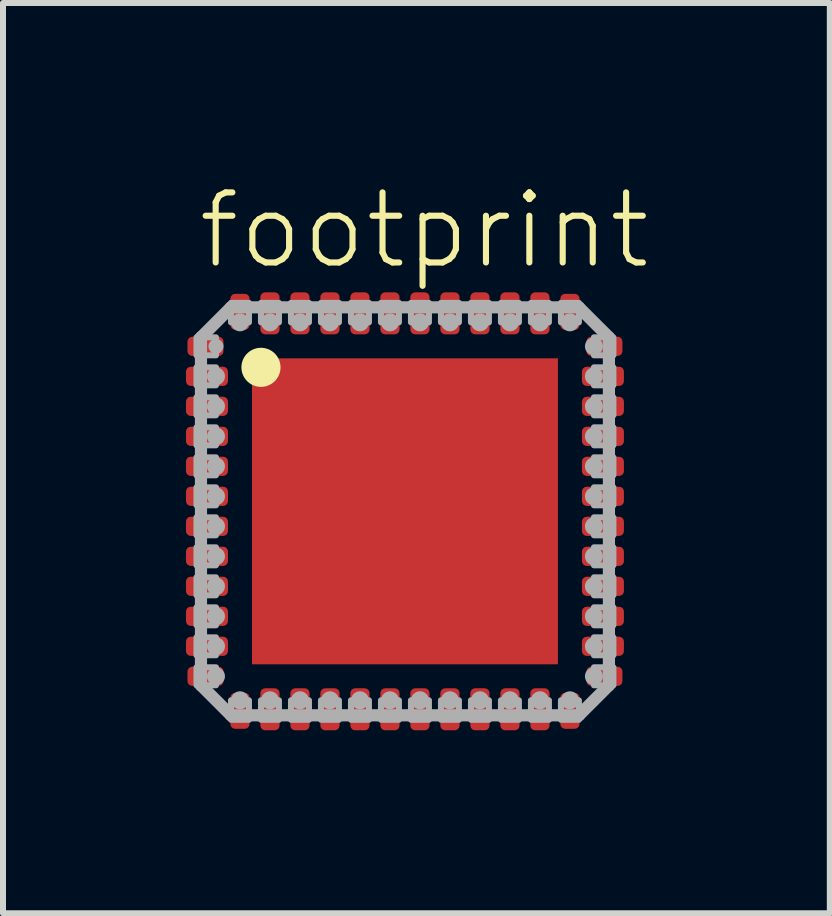
<source format=kicad_pcb>
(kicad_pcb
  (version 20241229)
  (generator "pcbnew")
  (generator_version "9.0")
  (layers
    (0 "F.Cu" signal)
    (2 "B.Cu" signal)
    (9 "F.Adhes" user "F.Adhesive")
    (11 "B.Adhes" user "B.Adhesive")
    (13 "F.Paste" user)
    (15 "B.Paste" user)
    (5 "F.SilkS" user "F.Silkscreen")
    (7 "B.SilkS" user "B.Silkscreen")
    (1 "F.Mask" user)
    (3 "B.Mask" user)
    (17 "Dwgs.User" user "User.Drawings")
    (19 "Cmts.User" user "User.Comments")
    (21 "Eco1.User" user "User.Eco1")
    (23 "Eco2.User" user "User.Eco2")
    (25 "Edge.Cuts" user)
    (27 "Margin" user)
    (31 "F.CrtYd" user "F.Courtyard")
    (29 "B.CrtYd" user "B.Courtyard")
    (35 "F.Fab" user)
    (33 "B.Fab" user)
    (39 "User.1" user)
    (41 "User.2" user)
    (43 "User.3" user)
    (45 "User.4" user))
  (footprint "footprint"
    (layer "F.Cu")
    (at 3.7 5.473)
    (property "Reference" "footprint" (at -3.5 -4 0) (layer "F.SilkS") (effects (font (size 1.168 1.168) (thickness 0.102)) (justify left bottom)))
    (fp_line (start -3.5 -2.25) (end -3.1 -2.25) (stroke (width 0.4) (type solid)) (layer "F.Mask"))
    (fp_line (start -3.5 -1.75) (end -3.1 -1.75) (stroke (width 0.4) (type solid)) (layer "F.Mask"))
    (fp_line (start -3.5 -1.25) (end -3.1 -1.25) (stroke (width 0.4) (type solid)) (layer "F.Mask"))
    (fp_line (start -3.5 -0.75) (end -3.1 -0.75) (stroke (width 0.4) (type solid)) (layer "F.Mask"))
    (fp_line (start -3.5 -0.25) (end -3.1 -0.25) (stroke (width 0.4) (type solid)) (layer "F.Mask"))
    (fp_line (start -3.5 0.25) (end -3.1 0.25) (stroke (width 0.4) (type solid)) (layer "F.Mask"))
    (fp_line (start -3.5 0.75) (end -3.1 0.75) (stroke (width 0.4) (type solid)) (layer "F.Mask"))
    (fp_line (start -3.5 1.25) (end -3.1 1.25) (stroke (width 0.4) (type solid)) (layer "F.Mask"))
    (fp_line (start -3.5 1.75) (end -3.1 1.75) (stroke (width 0.4) (type solid)) (layer "F.Mask"))
    (fp_line (start -3.5 2.25) (end -3.1 2.25) (stroke (width 0.4) (type solid)) (layer "F.Mask"))
    (fp_line (start -3.475 -2.75) (end -3.175 -2.75) (stroke (width 0.4) (type solid)) (layer "F.Mask"))
    (fp_line (start -3.475 2.75) (end -3.175 2.75) (stroke (width 0.4) (type solid)) (layer "F.Mask"))
    (fp_line (start -2.75 -3.475) (end -2.75 -3.175) (stroke (width 0.4) (type solid)) (layer "F.Mask"))
    (fp_line (start -2.75 3.475) (end -2.75 3.175) (stroke (width 0.4) (type solid)) (layer "F.Mask"))
    (fp_line (start -2.25 -3.5) (end -2.25 -3.1) (stroke (width 0.4) (type solid)) (layer "F.Mask"))
    (fp_line (start -2.25 3.5) (end -2.25 3.1) (stroke (width 0.4) (type solid)) (layer "F.Mask"))
    (fp_line (start -1.75 -3.5) (end -1.75 -3.1) (stroke (width 0.4) (type solid)) (layer "F.Mask"))
    (fp_line (start -1.75 3.5) (end -1.75 3.1) (stroke (width 0.4) (type solid)) (layer "F.Mask"))
    (fp_line (start -1.25 -3.5) (end -1.25 -3.1) (stroke (width 0.4) (type solid)) (layer "F.Mask"))
    (fp_line (start -1.25 3.5) (end -1.25 3.1) (stroke (width 0.4) (type solid)) (layer "F.Mask"))
    (fp_line (start -0.75 -3.5) (end -0.75 -3.1) (stroke (width 0.4) (type solid)) (layer "F.Mask"))
    (fp_line (start -0.75 3.5) (end -0.75 3.1) (stroke (width 0.4) (type solid)) (layer "F.Mask"))
    (fp_line (start -0.25 -3.5) (end -0.25 -3.1) (stroke (width 0.4) (type solid)) (layer "F.Mask"))
    (fp_line (start -0.25 3.5) (end -0.25 3.1) (stroke (width 0.4) (type solid)) (layer "F.Mask"))
    (fp_line (start 0.25 -3.5) (end 0.25 -3.1) (stroke (width 0.4) (type solid)) (layer "F.Mask"))
    (fp_line (start 0.25 3.5) (end 0.25 3.1) (stroke (width 0.4) (type solid)) (layer "F.Mask"))
    (fp_line (start 0.75 -3.5) (end 0.75 -3.1) (stroke (width 0.4) (type solid)) (layer "F.Mask"))
    (fp_line (start 0.75 3.5) (end 0.75 3.1) (stroke (width 0.4) (type solid)) (layer "F.Mask"))
    (fp_line (start 1.25 -3.5) (end 1.25 -3.1) (stroke (width 0.4) (type solid)) (layer "F.Mask"))
    (fp_line (start 1.25 3.5) (end 1.25 3.1) (stroke (width 0.4) (type solid)) (layer "F.Mask"))
    (fp_line (start 1.75 -3.5) (end 1.75 -3.1) (stroke (width 0.4) (type solid)) (layer "F.Mask"))
    (fp_line (start 1.75 3.5) (end 1.75 3.1) (stroke (width 0.4) (type solid)) (layer "F.Mask"))
    (fp_line (start 2.25 -3.5) (end 2.25 -3.1) (stroke (width 0.4) (type solid)) (layer "F.Mask"))
    (fp_line (start 2.25 3.5) (end 2.25 3.1) (stroke (width 0.4) (type solid)) (layer "F.Mask"))
    (fp_line (start 2.75 -3.475) (end 2.75 -3.175) (stroke (width 0.4) (type solid)) (layer "F.Mask"))
    (fp_line (start 2.75 3.475) (end 2.75 3.175) (stroke (width 0.4) (type solid)) (layer "F.Mask"))
    (fp_line (start 3.475 -2.75) (end 3.175 -2.75) (stroke (width 0.4) (type solid)) (layer "F.Mask"))
    (fp_line (start 3.475 2.75) (end 3.175 2.75) (stroke (width 0.4) (type solid)) (layer "F.Mask"))
    (fp_line (start 3.5 -2.25) (end 3.1 -2.25) (stroke (width 0.4) (type solid)) (layer "F.Mask"))
    (fp_line (start 3.5 -1.75) (end 3.1 -1.75) (stroke (width 0.4) (type solid)) (layer "F.Mask"))
    (fp_line (start 3.5 -1.25) (end 3.1 -1.25) (stroke (width 0.4) (type solid)) (layer "F.Mask"))
    (fp_line (start 3.5 -0.75) (end 3.1 -0.75) (stroke (width 0.4) (type solid)) (layer "F.Mask"))
    (fp_line (start 3.5 -0.25) (end 3.1 -0.25) (stroke (width 0.4) (type solid)) (layer "F.Mask"))
    (fp_line (start 3.5 0.25) (end 3.1 0.25) (stroke (width 0.4) (type solid)) (layer "F.Mask"))
    (fp_line (start 3.5 0.75) (end 3.1 0.75) (stroke (width 0.4) (type solid)) (layer "F.Mask"))
    (fp_line (start 3.5 1.25) (end 3.1 1.25) (stroke (width 0.4) (type solid)) (layer "F.Mask"))
    (fp_line (start 3.5 1.75) (end 3.1 1.75) (stroke (width 0.4) (type solid)) (layer "F.Mask"))
    (fp_line (start 3.5 2.25) (end 3.1 2.25) (stroke (width 0.4) (type solid)) (layer "F.Mask"))
    (fp_poly (pts (xy -2.6 2.6) (xy 2.6 2.6) (xy 2.6 -2.6) (xy -2.6 -2.6)) (stroke (width 0) (type solid)) (fill yes) (layer "F.Mask"))
    (fp_circle (center -2.4 -2.4) (end -2.237 -2.4) (stroke (width 0.326) (type solid)) (fill yes) (layer "F.SilkS"))
    (fp_line (start -3.5 -2.25) (end -3.1 -2.25) (stroke (width 0.3) (type solid)) (layer "F.Paste"))
    (fp_line (start -3.5 -1.75) (end -3.1 -1.75) (stroke (width 0.3) (type solid)) (layer "F.Paste"))
    (fp_line (start -3.5 -1.25) (end -3.1 -1.25) (stroke (width 0.3) (type solid)) (layer "F.Paste"))
    (fp_line (start -3.5 -0.75) (end -3.1 -0.75) (stroke (width 0.3) (type solid)) (layer "F.Paste"))
    (fp_line (start -3.5 -0.25) (end -3.1 -0.25) (stroke (width 0.3) (type solid)) (layer "F.Paste"))
    (fp_line (start -3.5 0.25) (end -3.1 0.25) (stroke (width 0.3) (type solid)) (layer "F.Paste"))
    (fp_line (start -3.5 0.75) (end -3.1 0.75) (stroke (width 0.3) (type solid)) (layer "F.Paste"))
    (fp_line (start -3.5 1.25) (end -3.1 1.25) (stroke (width 0.3) (type solid)) (layer "F.Paste"))
    (fp_line (start -3.5 1.75) (end -3.1 1.75) (stroke (width 0.3) (type solid)) (layer "F.Paste"))
    (fp_line (start -3.5 2.25) (end -3.1 2.25) (stroke (width 0.3) (type solid)) (layer "F.Paste"))
    (fp_line (start -3.475 -2.75) (end -3.175 -2.75) (stroke (width 0.3) (type solid)) (layer "F.Paste"))
    (fp_line (start -3.475 2.75) (end -3.175 2.75) (stroke (width 0.3) (type solid)) (layer "F.Paste"))
    (fp_line (start -2.75 -3.475) (end -2.75 -3.175) (stroke (width 0.3) (type solid)) (layer "F.Paste"))
    (fp_line (start -2.75 3.475) (end -2.75 3.175) (stroke (width 0.3) (type solid)) (layer "F.Paste"))
    (fp_line (start -2.25 -3.5) (end -2.25 -3.1) (stroke (width 0.3) (type solid)) (layer "F.Paste"))
    (fp_line (start -2.25 3.5) (end -2.25 3.1) (stroke (width 0.3) (type solid)) (layer "F.Paste"))
    (fp_line (start -1.75 -3.5) (end -1.75 -3.1) (stroke (width 0.3) (type solid)) (layer "F.Paste"))
    (fp_line (start -1.75 3.5) (end -1.75 3.1) (stroke (width 0.3) (type solid)) (layer "F.Paste"))
    (fp_line (start -1.25 -3.5) (end -1.25 -3.1) (stroke (width 0.3) (type solid)) (layer "F.Paste"))
    (fp_line (start -1.25 3.5) (end -1.25 3.1) (stroke (width 0.3) (type solid)) (layer "F.Paste"))
    (fp_line (start -0.75 -3.5) (end -0.75 -3.1) (stroke (width 0.3) (type solid)) (layer "F.Paste"))
    (fp_line (start -0.75 3.5) (end -0.75 3.1) (stroke (width 0.3) (type solid)) (layer "F.Paste"))
    (fp_line (start -0.25 -3.5) (end -0.25 -3.1) (stroke (width 0.3) (type solid)) (layer "F.Paste"))
    (fp_line (start -0.25 3.5) (end -0.25 3.1) (stroke (width 0.3) (type solid)) (layer "F.Paste"))
    (fp_line (start 0.25 -3.5) (end 0.25 -3.1) (stroke (width 0.3) (type solid)) (layer "F.Paste"))
    (fp_line (start 0.25 3.5) (end 0.25 3.1) (stroke (width 0.3) (type solid)) (layer "F.Paste"))
    (fp_line (start 0.75 -3.5) (end 0.75 -3.1) (stroke (width 0.3) (type solid)) (layer "F.Paste"))
    (fp_line (start 0.75 3.5) (end 0.75 3.1) (stroke (width 0.3) (type solid)) (layer "F.Paste"))
    (fp_line (start 1.25 -3.5) (end 1.25 -3.1) (stroke (width 0.3) (type solid)) (layer "F.Paste"))
    (fp_line (start 1.25 3.5) (end 1.25 3.1) (stroke (width 0.3) (type solid)) (layer "F.Paste"))
    (fp_line (start 1.75 -3.5) (end 1.75 -3.1) (stroke (width 0.3) (type solid)) (layer "F.Paste"))
    (fp_line (start 1.75 3.5) (end 1.75 3.1) (stroke (width 0.3) (type solid)) (layer "F.Paste"))
    (fp_line (start 2.25 -3.5) (end 2.25 -3.1) (stroke (width 0.3) (type solid)) (layer "F.Paste"))
    (fp_line (start 2.25 3.5) (end 2.25 3.1) (stroke (width 0.3) (type solid)) (layer "F.Paste"))
    (fp_line (start 2.75 -3.475) (end 2.75 -3.175) (stroke (width 0.3) (type solid)) (layer "F.Paste"))
    (fp_line (start 2.75 3.475) (end 2.75 3.175) (stroke (width 0.3) (type solid)) (layer "F.Paste"))
    (fp_line (start 3.475 -2.75) (end 3.175 -2.75) (stroke (width 0.3) (type solid)) (layer "F.Paste"))
    (fp_line (start 3.475 2.75) (end 3.175 2.75) (stroke (width 0.3) (type solid)) (layer "F.Paste"))
    (fp_line (start 3.5 -2.25) (end 3.1 -2.25) (stroke (width 0.3) (type solid)) (layer "F.Paste"))
    (fp_line (start 3.5 -1.75) (end 3.1 -1.75) (stroke (width 0.3) (type solid)) (layer "F.Paste"))
    (fp_line (start 3.5 -1.25) (end 3.1 -1.25) (stroke (width 0.3) (type solid)) (layer "F.Paste"))
    (fp_line (start 3.5 -0.75) (end 3.1 -0.75) (stroke (width 0.3) (type solid)) (layer "F.Paste"))
    (fp_line (start 3.5 -0.25) (end 3.1 -0.25) (stroke (width 0.3) (type solid)) (layer "F.Paste"))
    (fp_line (start 3.5 0.25) (end 3.1 0.25) (stroke (width 0.3) (type solid)) (layer "F.Paste"))
    (fp_line (start 3.5 0.75) (end 3.1 0.75) (stroke (width 0.3) (type solid)) (layer "F.Paste"))
    (fp_line (start 3.5 1.25) (end 3.1 1.25) (stroke (width 0.3) (type solid)) (layer "F.Paste"))
    (fp_line (start 3.5 1.75) (end 3.1 1.75) (stroke (width 0.3) (type solid)) (layer "F.Paste"))
    (fp_line (start 3.5 2.25) (end 3.1 2.25) (stroke (width 0.3) (type solid)) (layer "F.Paste"))
    (fp_poly (pts (xy -2.5 2.5) (xy 2.5 2.5) (xy 2.5 -2.5) (xy -2.5 -2.5)) (stroke (width 0) (type solid)) (fill yes) (layer "F.Paste"))
    (fp_line (start -3.4 -2.9) (end -2.9 -3.4) (stroke (width 0.203) (type solid)) (layer "F.Fab"))
    (fp_line (start -3.4 2.9) (end -3.4 -2.9) (stroke (width 0.203) (type solid)) (layer "F.Fab"))
    (fp_line (start -2.9 -3.4) (end 2.9 -3.4) (stroke (width 0.203) (type solid)) (layer "F.Fab"))
    (fp_line (start -2.9 3.4) (end -3.4 2.9) (stroke (width 0.203) (type solid)) (layer "F.Fab"))
    (fp_line (start 2.9 -3.4) (end 3.4 -2.9) (stroke (width 0.203) (type solid)) (layer "F.Fab"))
    (fp_line (start 2.9 3.4) (end -2.9 3.4) (stroke (width 0.203) (type solid)) (layer "F.Fab"))
    (fp_line (start 3.4 -2.9) (end 3.4 2.9) (stroke (width 0.203) (type solid)) (layer "F.Fab"))
    (fp_line (start 3.4 2.9) (end 2.9 3.4) (stroke (width 0.203) (type solid)) (layer "F.Fab"))
    (fp_circle (center -3.15 -2.75) (end -3.087 -2.75) (stroke (width 0.125) (type solid)) (fill no) (layer "F.Fab"))
    (fp_circle (center -3.15 -2.25) (end -3.075 -2.25) (stroke (width 0.15) (type solid)) (fill no) (layer "F.Fab"))
    (fp_circle (center -3.15 -1.75) (end -3.075 -1.75) (stroke (width 0.15) (type solid)) (fill no) (layer "F.Fab"))
    (fp_circle (center -3.15 -1.25) (end -3.075 -1.25) (stroke (width 0.15) (type solid)) (fill no) (layer "F.Fab"))
    (fp_circle (center -3.15 -0.75) (end -3.075 -0.75) (stroke (width 0.15) (type solid)) (fill no) (layer "F.Fab"))
    (fp_circle (center -3.15 -0.25) (end -3.075 -0.25) (stroke (width 0.15) (type solid)) (fill no) (layer "F.Fab"))
    (fp_circle (center -3.15 0.25) (end -3.075 0.25) (stroke (width 0.15) (type solid)) (fill no) (layer "F.Fab"))
    (fp_circle (center -3.15 0.75) (end -3.075 0.75) (stroke (width 0.15) (type solid)) (fill no) (layer "F.Fab"))
    (fp_circle (center -3.15 1.25) (end -3.075 1.25) (stroke (width 0.15) (type solid)) (fill no) (layer "F.Fab"))
    (fp_circle (center -3.15 1.75) (end -3.075 1.75) (stroke (width 0.15) (type solid)) (fill no) (layer "F.Fab"))
    (fp_circle (center -3.15 2.25) (end -3.075 2.25) (stroke (width 0.15) (type solid)) (fill no) (layer "F.Fab"))
    (fp_circle (center -3.15 2.75) (end -3.075 2.75) (stroke (width 0.15) (type solid)) (fill no) (layer "F.Fab"))
    (fp_circle (center -2.75 -3.15) (end -2.675 -3.15) (stroke (width 0.15) (type solid)) (fill no) (layer "F.Fab"))
    (fp_circle (center -2.75 3.15) (end -2.675 3.15) (stroke (width 0.15) (type solid)) (fill no) (layer "F.Fab"))
    (fp_circle (center -2.25 -3.15) (end -2.175 -3.15) (stroke (width 0.15) (type solid)) (fill no) (layer "F.Fab"))
    (fp_circle (center -2.25 3.15) (end -2.175 3.15) (stroke (width 0.15) (type solid)) (fill no) (layer "F.Fab"))
    (fp_circle (center -1.75 -3.15) (end -1.675 -3.15) (stroke (width 0.15) (type solid)) (fill no) (layer "F.Fab"))
    (fp_circle (center -1.75 3.15) (end -1.675 3.15) (stroke (width 0.15) (type solid)) (fill no) (layer "F.Fab"))
    (fp_circle (center -1.25 -3.15) (end -1.175 -3.15) (stroke (width 0.15) (type solid)) (fill no) (layer "F.Fab"))
    (fp_circle (center -1.25 3.15) (end -1.175 3.15) (stroke (width 0.15) (type solid)) (fill no) (layer "F.Fab"))
    (fp_circle (center -0.75 -3.15) (end -0.675 -3.15) (stroke (width 0.15) (type solid)) (fill no) (layer "F.Fab"))
    (fp_circle (center -0.75 3.15) (end -0.675 3.15) (stroke (width 0.15) (type solid)) (fill no) (layer "F.Fab"))
    (fp_circle (center -0.25 -3.15) (end -0.175 -3.15) (stroke (width 0.15) (type solid)) (fill no) (layer "F.Fab"))
    (fp_circle (center -0.25 3.15) (end -0.175 3.15) (stroke (width 0.15) (type solid)) (fill no) (layer "F.Fab"))
    (fp_circle (center 0.25 -3.15) (end 0.325 -3.15) (stroke (width 0.15) (type solid)) (fill no) (layer "F.Fab"))
    (fp_circle (center 0.25 3.15) (end 0.325 3.15) (stroke (width 0.15) (type solid)) (fill no) (layer "F.Fab"))
    (fp_circle (center 0.75 -3.15) (end 0.825 -3.15) (stroke (width 0.15) (type solid)) (fill no) (layer "F.Fab"))
    (fp_circle (center 0.75 3.15) (end 0.825 3.15) (stroke (width 0.15) (type solid)) (fill no) (layer "F.Fab"))
    (fp_circle (center 1.25 -3.15) (end 1.325 -3.15) (stroke (width 0.15) (type solid)) (fill no) (layer "F.Fab"))
    (fp_circle (center 1.25 3.15) (end 1.325 3.15) (stroke (width 0.15) (type solid)) (fill no) (layer "F.Fab"))
    (fp_circle (center 1.75 -3.15) (end 1.825 -3.15) (stroke (width 0.15) (type solid)) (fill no) (layer "F.Fab"))
    (fp_circle (center 1.75 3.15) (end 1.825 3.15) (stroke (width 0.15) (type solid)) (fill no) (layer "F.Fab"))
    (fp_circle (center 2.25 -3.15) (end 2.325 -3.15) (stroke (width 0.15) (type solid)) (fill no) (layer "F.Fab"))
    (fp_circle (center 2.25 3.15) (end 2.325 3.15) (stroke (width 0.15) (type solid)) (fill no) (layer "F.Fab"))
    (fp_circle (center 2.75 -3.15) (end 2.825 -3.15) (stroke (width 0.15) (type solid)) (fill no) (layer "F.Fab"))
    (fp_circle (center 2.75 3.15) (end 2.825 3.15) (stroke (width 0.15) (type solid)) (fill no) (layer "F.Fab"))
    (fp_circle (center 3.15 -2.75) (end 3.225 -2.75) (stroke (width 0.15) (type solid)) (fill no) (layer "F.Fab"))
    (fp_circle (center 3.15 -2.25) (end 3.225 -2.25) (stroke (width 0.15) (type solid)) (fill no) (layer "F.Fab"))
    (fp_circle (center 3.15 -1.75) (end 3.225 -1.75) (stroke (width 0.15) (type solid)) (fill no) (layer "F.Fab"))
    (fp_circle (center 3.15 -1.25) (end 3.225 -1.25) (stroke (width 0.15) (type solid)) (fill no) (layer "F.Fab"))
    (fp_circle (center 3.15 -0.75) (end 3.225 -0.75) (stroke (width 0.15) (type solid)) (fill no) (layer "F.Fab"))
    (fp_circle (center 3.15 -0.25) (end 3.225 -0.25) (stroke (width 0.15) (type solid)) (fill no) (layer "F.Fab"))
    (fp_circle (center 3.15 0.25) (end 3.225 0.25) (stroke (width 0.15) (type solid)) (fill no) (layer "F.Fab"))
    (fp_circle (center 3.15 0.75) (end 3.225 0.75) (stroke (width 0.15) (type solid)) (fill no) (layer "F.Fab"))
    (fp_circle (center 3.15 1.25) (end 3.225 1.25) (stroke (width 0.15) (type solid)) (fill no) (layer "F.Fab"))
    (fp_circle (center 3.15 1.75) (end 3.225 1.75) (stroke (width 0.15) (type solid)) (fill no) (layer "F.Fab"))
    (fp_circle (center 3.15 2.25) (end 3.225 2.25) (stroke (width 0.15) (type solid)) (fill no) (layer "F.Fab"))
    (fp_circle (center 3.15 2.75) (end 3.225 2.75) (stroke (width 0.15) (type solid)) (fill no) (layer "F.Fab"))
    (fp_poly (pts (xy -3.475 -2.6) (xy -3.15 -2.6) (xy -3.15 -2.9) (xy -3.475 -2.9)) (stroke (width 0.1) (type solid)) (fill no) (layer "F.Fab"))
    (fp_poly (pts (xy -3.475 -2.1) (xy -3.15 -2.1) (xy -3.15 -2.4) (xy -3.475 -2.4)) (stroke (width 0.1) (type solid)) (fill no) (layer "F.Fab"))
    (fp_poly (pts (xy -3.475 -1.6) (xy -3.15 -1.6) (xy -3.15 -1.9) (xy -3.475 -1.9)) (stroke (width 0.1) (type solid)) (fill no) (layer "F.Fab"))
    (fp_poly (pts (xy -3.475 -1.1) (xy -3.15 -1.1) (xy -3.15 -1.4) (xy -3.475 -1.4)) (stroke (width 0.1) (type solid)) (fill no) (layer "F.Fab"))
    (fp_poly (pts (xy -3.475 -0.6) (xy -3.15 -0.6) (xy -3.15 -0.9) (xy -3.475 -0.9)) (stroke (width 0.1) (type solid)) (fill no) (layer "F.Fab"))
    (fp_poly (pts (xy -3.475 -0.1) (xy -3.15 -0.1) (xy -3.15 -0.4) (xy -3.475 -0.4)) (stroke (width 0.1) (type solid)) (fill no) (layer "F.Fab"))
    (fp_poly (pts (xy -3.475 0.4) (xy -3.15 0.4) (xy -3.15 0.1) (xy -3.475 0.1)) (stroke (width 0.1) (type solid)) (fill no) (layer "F.Fab"))
    (fp_poly (pts (xy -3.475 0.9) (xy -3.15 0.9) (xy -3.15 0.6) (xy -3.475 0.6)) (stroke (width 0.1) (type solid)) (fill no) (layer "F.Fab"))
    (fp_poly (pts (xy -3.475 1.4) (xy -3.15 1.4) (xy -3.15 1.1) (xy -3.475 1.1)) (stroke (width 0.1) (type solid)) (fill no) (layer "F.Fab"))
    (fp_poly (pts (xy -3.475 1.9) (xy -3.15 1.9) (xy -3.15 1.6) (xy -3.475 1.6)) (stroke (width 0.1) (type solid)) (fill no) (layer "F.Fab"))
    (fp_poly (pts (xy -3.475 2.4) (xy -3.15 2.4) (xy -3.15 2.1) (xy -3.475 2.1)) (stroke (width 0.1) (type solid)) (fill no) (layer "F.Fab"))
    (fp_poly (pts (xy -3.475 2.9) (xy -3.15 2.9) (xy -3.15 2.6) (xy -3.475 2.6)) (stroke (width 0.1) (type solid)) (fill no) (layer "F.Fab"))
    (fp_poly (pts (xy -2.9 -3.475) (xy -2.9 -3.15) (xy -2.6 -3.15) (xy -2.6 -3.475)) (stroke (width 0.1) (type solid)) (fill no) (layer "F.Fab"))
    (fp_poly (pts (xy -2.6 3.475) (xy -2.6 3.15) (xy -2.9 3.15) (xy -2.9 3.475)) (stroke (width 0.1) (type solid)) (fill no) (layer "F.Fab"))
    (fp_poly (pts (xy -2.4 -3.475) (xy -2.4 -3.15) (xy -2.1 -3.15) (xy -2.1 -3.475)) (stroke (width 0.1) (type solid)) (fill no) (layer "F.Fab"))
    (fp_poly (pts (xy -2.1 3.475) (xy -2.1 3.15) (xy -2.4 3.15) (xy -2.4 3.475)) (stroke (width 0.1) (type solid)) (fill no) (layer "F.Fab"))
    (fp_poly (pts (xy -1.9 -3.475) (xy -1.9 -3.15) (xy -1.6 -3.15) (xy -1.6 -3.475)) (stroke (width 0.1) (type solid)) (fill no) (layer "F.Fab"))
    (fp_poly (pts (xy -1.6 3.475) (xy -1.6 3.15) (xy -1.9 3.15) (xy -1.9 3.475)) (stroke (width 0.1) (type solid)) (fill no) (layer "F.Fab"))
    (fp_poly (pts (xy -1.4 -3.475) (xy -1.4 -3.15) (xy -1.1 -3.15) (xy -1.1 -3.475)) (stroke (width 0.1) (type solid)) (fill no) (layer "F.Fab"))
    (fp_poly (pts (xy -1.1 3.475) (xy -1.1 3.15) (xy -1.4 3.15) (xy -1.4 3.475)) (stroke (width 0.1) (type solid)) (fill no) (layer "F.Fab"))
    (fp_poly (pts (xy -0.9 -3.475) (xy -0.9 -3.15) (xy -0.6 -3.15) (xy -0.6 -3.475)) (stroke (width 0.1) (type solid)) (fill no) (layer "F.Fab"))
    (fp_poly (pts (xy -0.6 3.475) (xy -0.6 3.15) (xy -0.9 3.15) (xy -0.9 3.475)) (stroke (width 0.1) (type solid)) (fill no) (layer "F.Fab"))
    (fp_poly (pts (xy -0.4 -3.475) (xy -0.4 -3.15) (xy -0.1 -3.15) (xy -0.1 -3.475)) (stroke (width 0.1) (type solid)) (fill no) (layer "F.Fab"))
    (fp_poly (pts (xy -0.1 3.475) (xy -0.1 3.15) (xy -0.4 3.15) (xy -0.4 3.475)) (stroke (width 0.1) (type solid)) (fill no) (layer "F.Fab"))
    (fp_poly (pts (xy 0.1 -3.475) (xy 0.1 -3.15) (xy 0.4 -3.15) (xy 0.4 -3.475)) (stroke (width 0.1) (type solid)) (fill no) (layer "F.Fab"))
    (fp_poly (pts (xy 0.4 3.475) (xy 0.4 3.15) (xy 0.1 3.15) (xy 0.1 3.475)) (stroke (width 0.1) (type solid)) (fill no) (layer "F.Fab"))
    (fp_poly (pts (xy 0.6 -3.475) (xy 0.6 -3.15) (xy 0.9 -3.15) (xy 0.9 -3.475)) (stroke (width 0.1) (type solid)) (fill no) (layer "F.Fab"))
    (fp_poly (pts (xy 0.9 3.475) (xy 0.9 3.15) (xy 0.6 3.15) (xy 0.6 3.475)) (stroke (width 0.1) (type solid)) (fill no) (layer "F.Fab"))
    (fp_poly (pts (xy 1.1 -3.475) (xy 1.1 -3.15) (xy 1.4 -3.15) (xy 1.4 -3.475)) (stroke (width 0.1) (type solid)) (fill no) (layer "F.Fab"))
    (fp_poly (pts (xy 1.4 3.475) (xy 1.4 3.15) (xy 1.1 3.15) (xy 1.1 3.475)) (stroke (width 0.1) (type solid)) (fill no) (layer "F.Fab"))
    (fp_poly (pts (xy 1.6 -3.475) (xy 1.6 -3.15) (xy 1.9 -3.15) (xy 1.9 -3.475)) (stroke (width 0.1) (type solid)) (fill no) (layer "F.Fab"))
    (fp_poly (pts (xy 1.9 3.475) (xy 1.9 3.15) (xy 1.6 3.15) (xy 1.6 3.475)) (stroke (width 0.1) (type solid)) (fill no) (layer "F.Fab"))
    (fp_poly (pts (xy 2.1 -3.475) (xy 2.1 -3.15) (xy 2.4 -3.15) (xy 2.4 -3.475)) (stroke (width 0.1) (type solid)) (fill no) (layer "F.Fab"))
    (fp_poly (pts (xy 2.4 3.475) (xy 2.4 3.15) (xy 2.1 3.15) (xy 2.1 3.475)) (stroke (width 0.1) (type solid)) (fill no) (layer "F.Fab"))
    (fp_poly (pts (xy 2.6 -3.475) (xy 2.6 -3.15) (xy 2.9 -3.15) (xy 2.9 -3.475)) (stroke (width 0.1) (type solid)) (fill no) (layer "F.Fab"))
    (fp_poly (pts (xy 2.9 3.475) (xy 2.9 3.15) (xy 2.6 3.15) (xy 2.6 3.475)) (stroke (width 0.1) (type solid)) (fill no) (layer "F.Fab"))
    (fp_poly (pts (xy 3.475 -2.9) (xy 3.15 -2.9) (xy 3.15 -2.6) (xy 3.475 -2.6)) (stroke (width 0.1) (type solid)) (fill no) (layer "F.Fab"))
    (fp_poly (pts (xy 3.475 -2.4) (xy 3.15 -2.4) (xy 3.15 -2.1) (xy 3.475 -2.1)) (stroke (width 0.1) (type solid)) (fill no) (layer "F.Fab"))
    (fp_poly (pts (xy 3.475 -1.9) (xy 3.15 -1.9) (xy 3.15 -1.6) (xy 3.475 -1.6)) (stroke (width 0.1) (type solid)) (fill no) (layer "F.Fab"))
    (fp_poly (pts (xy 3.475 -1.4) (xy 3.15 -1.4) (xy 3.15 -1.1) (xy 3.475 -1.1)) (stroke (width 0.1) (type solid)) (fill no) (layer "F.Fab"))
    (fp_poly (pts (xy 3.475 -0.9) (xy 3.15 -0.9) (xy 3.15 -0.6) (xy 3.475 -0.6)) (stroke (width 0.1) (type solid)) (fill no) (layer "F.Fab"))
    (fp_poly (pts (xy 3.475 -0.4) (xy 3.15 -0.4) (xy 3.15 -0.1) (xy 3.475 -0.1)) (stroke (width 0.1) (type solid)) (fill no) (layer "F.Fab"))
    (fp_poly (pts (xy 3.475 0.1) (xy 3.15 0.1) (xy 3.15 0.4) (xy 3.475 0.4)) (stroke (width 0.1) (type solid)) (fill no) (layer "F.Fab"))
    (fp_poly (pts (xy 3.475 0.6) (xy 3.15 0.6) (xy 3.15 0.9) (xy 3.475 0.9)) (stroke (width 0.1) (type solid)) (fill no) (layer "F.Fab"))
    (fp_poly (pts (xy 3.475 1.1) (xy 3.15 1.1) (xy 3.15 1.4) (xy 3.475 1.4)) (stroke (width 0.1) (type solid)) (fill no) (layer "F.Fab"))
    (fp_poly (pts (xy 3.475 1.6) (xy 3.15 1.6) (xy 3.15 1.9) (xy 3.475 1.9)) (stroke (width 0.1) (type solid)) (fill no) (layer "F.Fab"))
    (fp_poly (pts (xy 3.475 2.1) (xy 3.15 2.1) (xy 3.15 2.4) (xy 3.475 2.4)) (stroke (width 0.1) (type solid)) (fill no) (layer "F.Fab"))
    (fp_poly (pts (xy 3.475 2.6) (xy 3.15 2.6) (xy 3.15 2.9) (xy 3.475 2.9)) (stroke (width 0.1) (type solid)) (fill no) (layer "F.Fab"))
    (pad "1" smd roundrect (at -3.325 -2.75) (size 0.6 0.32) (layers "F.Cu") (roundrect_rratio 0.25))
    (pad "2" smd roundrect (at -3.3 -2.25) (size 0.7 0.32) (layers "F.Cu") (roundrect_rratio 0.25))
    (pad "3" smd roundrect (at -3.3 -1.75) (size 0.7 0.32) (layers "F.Cu") (roundrect_rratio 0.25))
    (pad "4" smd roundrect (at -3.3 -1.25) (size 0.7 0.32) (layers "F.Cu") (roundrect_rratio 0.25))
    (pad "5" smd roundrect (at -3.3 -0.75) (size 0.7 0.32) (layers "F.Cu") (roundrect_rratio 0.25))
    (pad "6" smd roundrect (at -3.3 -0.25) (size 0.7 0.32) (layers "F.Cu") (roundrect_rratio 0.25))
    (pad "7" smd roundrect (at -3.3 0.25) (size 0.7 0.32) (layers "F.Cu") (roundrect_rratio 0.25))
    (pad "8" smd roundrect (at -3.3 0.75) (size 0.7 0.32) (layers "F.Cu") (roundrect_rratio 0.25))
    (pad "9" smd roundrect (at -3.3 1.25) (size 0.7 0.32) (layers "F.Cu") (roundrect_rratio 0.25))
    (pad "10" smd roundrect (at -3.3 1.75) (size 0.7 0.32) (layers "F.Cu") (roundrect_rratio 0.25))
    (pad "11" smd roundrect (at -3.3 2.25) (size 0.7 0.32) (layers "F.Cu") (roundrect_rratio 0.25))
    (pad "12" smd roundrect (at -3.325 2.75) (size 0.6 0.32) (layers "F.Cu") (roundrect_rratio 0.25))
    (pad "13" smd roundrect (at -2.75 3.325 90) (size 0.6 0.32) (layers "F.Cu") (roundrect_rratio 0.25))
    (pad "14" smd roundrect (at -2.25 3.3 90) (size 0.7 0.32) (layers "F.Cu") (roundrect_rratio 0.25))
    (pad "15" smd roundrect (at -1.75 3.3 90) (size 0.7 0.32) (layers "F.Cu") (roundrect_rratio 0.25))
    (pad "16" smd roundrect (at -1.25 3.3 90) (size 0.7 0.32) (layers "F.Cu") (roundrect_rratio 0.25))
    (pad "17" smd roundrect (at -0.75 3.3 90) (size 0.7 0.32) (layers "F.Cu") (roundrect_rratio 0.25))
    (pad "18" smd roundrect (at -0.25 3.3 90) (size 0.7 0.32) (layers "F.Cu") (roundrect_rratio 0.25))
    (pad "19" smd roundrect (at 0.25 3.3 90) (size 0.7 0.32) (layers "F.Cu") (roundrect_rratio 0.25))
    (pad "20" smd roundrect (at 0.75 3.3 90) (size 0.7 0.32) (layers "F.Cu") (roundrect_rratio 0.25))
    (pad "21" smd roundrect (at 1.25 3.3 90) (size 0.7 0.32) (layers "F.Cu") (roundrect_rratio 0.25))
    (pad "22" smd roundrect (at 1.75 3.3 90) (size 0.7 0.32) (layers "F.Cu") (roundrect_rratio 0.25))
    (pad "23" smd roundrect (at 2.25 3.3 90) (size 0.7 0.32) (layers "F.Cu") (roundrect_rratio 0.25))
    (pad "24" smd roundrect (at 2.75 3.325 90) (size 0.6 0.32) (layers "F.Cu") (roundrect_rratio 0.25))
    (pad "25" smd roundrect (at 3.325 2.75 180) (size 0.6 0.32) (layers "F.Cu") (roundrect_rratio 0.25))
    (pad "26" smd roundrect (at 3.3 2.25 180) (size 0.7 0.32) (layers "F.Cu") (roundrect_rratio 0.25))
    (pad "27" smd roundrect (at 3.3 1.75 180) (size 0.7 0.32) (layers "F.Cu") (roundrect_rratio 0.25))
    (pad "28" smd roundrect (at 3.3 1.25 180) (size 0.7 0.32) (layers "F.Cu") (roundrect_rratio 0.25))
    (pad "29" smd roundrect (at 3.3 0.75 180) (size 0.7 0.32) (layers "F.Cu") (roundrect_rratio 0.25))
    (pad "30" smd roundrect (at 3.3 0.25 180) (size 0.7 0.32) (layers "F.Cu") (roundrect_rratio 0.25))
    (pad "31" smd roundrect (at 3.3 -0.25 180) (size 0.7 0.32) (layers "F.Cu") (roundrect_rratio 0.25))
    (pad "32" smd roundrect (at 3.3 -0.75 180) (size 0.7 0.32) (layers "F.Cu") (roundrect_rratio 0.25))
    (pad "33" smd roundrect (at 3.3 -1.25 180) (size 0.7 0.32) (layers "F.Cu") (roundrect_rratio 0.25))
    (pad "34" smd roundrect (at 3.3 -1.75 180) (size 0.7 0.32) (layers "F.Cu") (roundrect_rratio 0.25))
    (pad "35" smd roundrect (at 3.3 -2.25 180) (size 0.7 0.32) (layers "F.Cu") (roundrect_rratio 0.25))
    (pad "36" smd roundrect (at 3.325 -2.75 180) (size 0.6 0.32) (layers "F.Cu") (roundrect_rratio 0.25))
    (pad "37" smd roundrect (at 2.75 -3.325 270) (size 0.6 0.32) (layers "F.Cu") (roundrect_rratio 0.25))
    (pad "38" smd roundrect (at 2.25 -3.3 270) (size 0.7 0.32) (layers "F.Cu") (roundrect_rratio 0.25))
    (pad "39" smd roundrect (at 1.75 -3.3 270) (size 0.7 0.32) (layers "F.Cu") (roundrect_rratio 0.25))
    (pad "40" smd roundrect (at 1.25 -3.3 270) (size 0.7 0.32) (layers "F.Cu") (roundrect_rratio 0.25))
    (pad "41" smd roundrect (at 0.75 -3.3 270) (size 0.7 0.32) (layers "F.Cu") (roundrect_rratio 0.25))
    (pad "42" smd roundrect (at 0.25 -3.3 270) (size 0.7 0.32) (layers "F.Cu") (roundrect_rratio 0.25))
    (pad "43" smd roundrect (at -0.25 -3.3 270) (size 0.7 0.32) (layers "F.Cu") (roundrect_rratio 0.25))
    (pad "44" smd roundrect (at -0.75 -3.3 270) (size 0.7 0.32) (layers "F.Cu") (roundrect_rratio 0.25))
    (pad "45" smd roundrect (at -1.25 -3.3 270) (size 0.7 0.32) (layers "F.Cu") (roundrect_rratio 0.25))
    (pad "46" smd roundrect (at -1.75 -3.3 270) (size 0.7 0.32) (layers "F.Cu") (roundrect_rratio 0.25))
    (pad "47" smd roundrect (at -2.25 -3.3 270) (size 0.7 0.32) (layers "F.Cu") (roundrect_rratio 0.25))
    (pad "48" smd roundrect (at -2.75 -3.325 270) (size 0.6 0.32) (layers "F.Cu") (roundrect_rratio 0.25))
    (pad "EXP" smd rect (at 0 0) (size 5.1 5.1) (layers "F.Cu")))
  (gr_rect
    (start -3 -3)
    (end 10.782 12.173)
    (stroke (width 0.1) (type default))
    (fill no)
    (layer "Edge.Cuts")))
</source>
